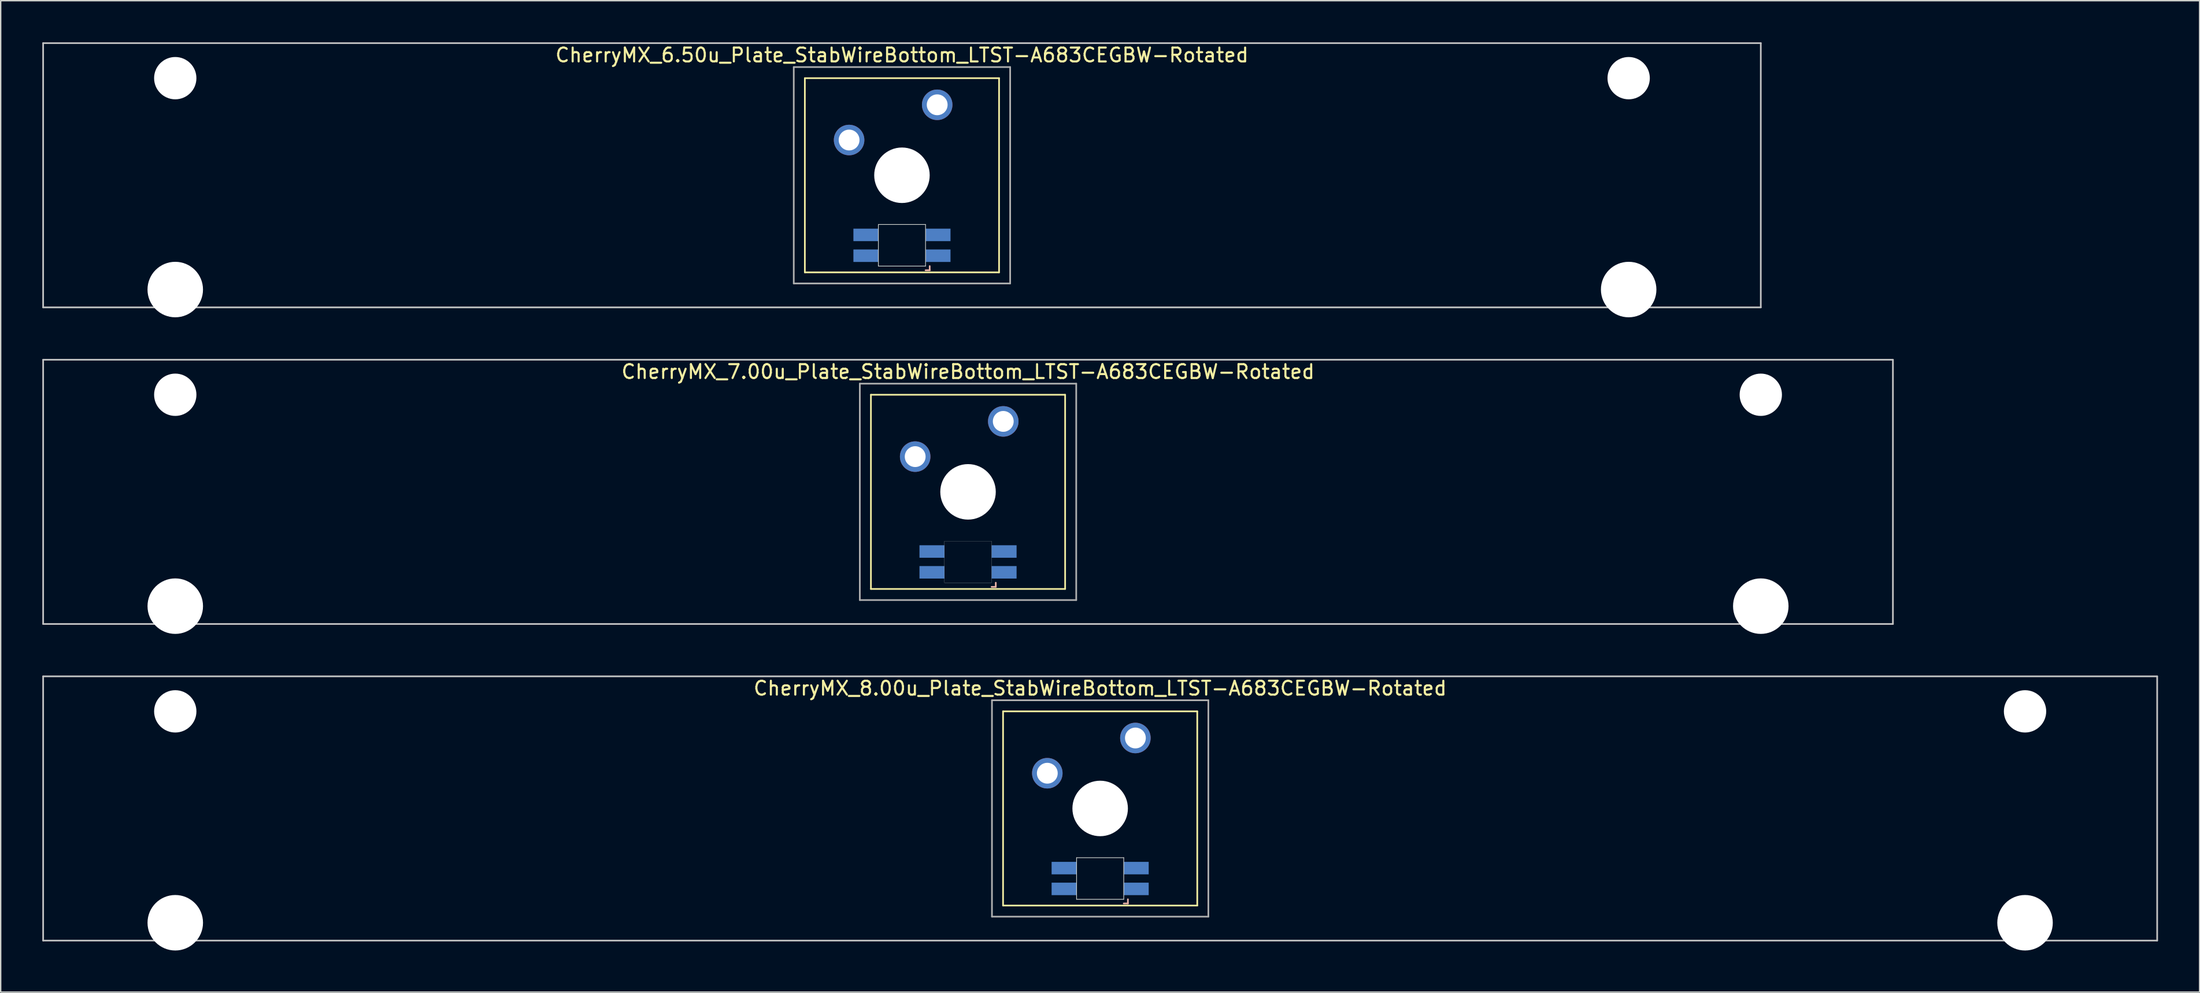
<source format=kicad_pcb>
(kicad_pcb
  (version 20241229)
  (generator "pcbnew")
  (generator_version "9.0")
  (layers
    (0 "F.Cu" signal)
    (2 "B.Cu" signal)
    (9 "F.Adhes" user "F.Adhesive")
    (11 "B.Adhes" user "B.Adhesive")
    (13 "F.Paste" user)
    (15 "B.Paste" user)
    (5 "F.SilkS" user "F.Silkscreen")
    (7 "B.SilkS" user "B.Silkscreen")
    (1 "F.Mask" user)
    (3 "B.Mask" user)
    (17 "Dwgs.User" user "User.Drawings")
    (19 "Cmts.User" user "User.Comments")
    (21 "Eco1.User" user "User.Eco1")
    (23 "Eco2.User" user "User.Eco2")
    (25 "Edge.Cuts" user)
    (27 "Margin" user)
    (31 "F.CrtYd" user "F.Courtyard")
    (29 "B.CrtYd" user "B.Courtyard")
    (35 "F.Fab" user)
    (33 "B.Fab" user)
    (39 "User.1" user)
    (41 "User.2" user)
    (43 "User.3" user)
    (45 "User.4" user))
  (footprint "CherryMX_6.50u_Plate_StabWireBottom_LTST-A683CEGBW-Rotated"
    (layer "F.Cu")
    (at 61.972 9.585)
    (property "Reference" "CherryMX_6.50u_Plate_StabWireBottom_LTST-A683CEGBW-Rotated" (at 0 -8.662 0) (layer "F.SilkS") (effects (font (size 1 1) (thickness 0.15))))
    (attr through_hole)
    (fp_line (start -7 -7) (end -7 7) (stroke (width 0.12) (type solid)) (layer "F.SilkS"))
    (fp_line (start -7 -7) (end 7 -7) (stroke (width 0.12) (type solid)) (layer "F.SilkS"))
    (fp_line (start 7 -7) (end 7 7) (stroke (width 0.12) (type solid)) (layer "F.SilkS"))
    (fp_line (start 7 7) (end -7 7) (stroke (width 0.12) (type solid)) (layer "F.SilkS"))
    (fp_line (start 1.7 6.85) (end 2 6.85) (stroke (width 0.12) (type solid)) (layer "B.SilkS"))
    (fp_line (start 2 6.85) (end 2 6.55) (stroke (width 0.12) (type solid)) (layer "B.SilkS"))
    (fp_line (start -61.913 -9.525) (end 61.913 -9.525) (stroke (width 0.12) (type solid)) (layer "Dwgs.User"))
    (fp_line (start -61.913 9.525) (end -61.913 -9.525) (stroke (width 0.12) (type solid)) (layer "Dwgs.User"))
    (fp_line (start 61.913 -9.525) (end 61.913 9.525) (stroke (width 0.12) (type solid)) (layer "Dwgs.User"))
    (fp_line (start 61.913 9.525) (end -61.913 9.525) (stroke (width 0.12) (type solid)) (layer "Dwgs.User"))
    (fp_line (start -1.7 3.55) (end 1.7 3.55) (stroke (width 0.05) (type solid)) (layer "Edge.Cuts"))
    (fp_line (start -1.7 6.55) (end -1.7 3.55) (stroke (width 0.05) (type solid)) (layer "Edge.Cuts"))
    (fp_line (start 1.7 3.55) (end 1.7 6.55) (stroke (width 0.05) (type solid)) (layer "Edge.Cuts"))
    (fp_line (start 1.7 6.55) (end -1.7 6.55) (stroke (width 0.05) (type solid)) (layer "Edge.Cuts"))
    (fp_line (start -7.8 -7.8) (end -7.8 7.8) (stroke (width 0.12) (type solid)) (layer "F.Fab"))
    (fp_line (start -7.8 -7.8) (end 7.8 -7.8) (stroke (width 0.12) (type solid)) (layer "F.Fab"))
    (fp_line (start -7.8 7.8) (end 7.8 7.8) (stroke (width 0.12) (type solid)) (layer "F.Fab"))
    (fp_line (start 7.8 -7.8) (end 7.8 7.8) (stroke (width 0.12) (type solid)) (layer "F.Fab"))
    (pad "" np_thru_hole circle (at -52.388 -7) (size 3.05 3.05) (drill 3.05) (layers "*.Cu" "*.Mask"))
    (pad "" np_thru_hole circle (at -52.388 8.24) (size 4 4) (drill 4) (layers "*.Cu" "*.Mask"))
    (pad "" np_thru_hole circle (at 0 0) (size 4 4) (drill 4) (layers "*.Cu" "*.Mask"))
    (pad "" np_thru_hole circle (at 52.388 -7) (size 3.05 3.05) (drill 3.05) (layers "*.Cu" "*.Mask"))
    (pad "" np_thru_hole circle (at 52.388 8.24) (size 4 4) (drill 4) (layers "*.Cu" "*.Mask"))
    (pad "1" thru_hole circle (at -3.81 -2.54) (size 2.2 2.2) (drill 1.5) (layers "*.Cu" "*.Mask"))
    (pad "2" thru_hole circle (at 2.54 -5.08) (size 2.2 2.2) (drill 1.5) (layers "*.Cu" "*.Mask"))
    (pad "3" smd rect (at 2.6 5.8) (size 1.8 0.9) (layers "B.Cu" "B.Mask" "B.Paste"))
    (pad "4" smd rect (at 2.6 4.3) (size 1.8 0.9) (layers "B.Cu" "B.Mask" "B.Paste"))
    (pad "5" smd rect (at -2.6 5.8) (size 1.8 0.9) (layers "B.Cu" "B.Mask" "B.Paste"))
    (pad "6" smd rect (at -2.6 4.3) (size 1.8 0.9) (layers "B.Cu" "B.Mask" "B.Paste")))
  (footprint "CherryMX_8.00u_Plate_StabWireBottom_LTST-A683CEGBW-Rotated"
    (layer "F.Cu")
    (at 76.26 55.235)
    (property "Reference" "CherryMX_8.00u_Plate_StabWireBottom_LTST-A683CEGBW-Rotated" (at 0 -8.662 0) (layer "F.SilkS") (effects (font (size 1 1) (thickness 0.15))))
    (attr through_hole)
    (fp_line (start -7 -7) (end -7 7) (stroke (width 0.12) (type solid)) (layer "F.SilkS"))
    (fp_line (start -7 -7) (end 7 -7) (stroke (width 0.12) (type solid)) (layer "F.SilkS"))
    (fp_line (start 7 -7) (end 7 7) (stroke (width 0.12) (type solid)) (layer "F.SilkS"))
    (fp_line (start 7 7) (end -7 7) (stroke (width 0.12) (type solid)) (layer "F.SilkS"))
    (fp_line (start 1.7 6.85) (end 2 6.85) (stroke (width 0.12) (type solid)) (layer "B.SilkS"))
    (fp_line (start 2 6.85) (end 2 6.55) (stroke (width 0.12) (type solid)) (layer "B.SilkS"))
    (fp_line (start -76.2 -9.525) (end 76.2 -9.525) (stroke (width 0.12) (type solid)) (layer "Dwgs.User"))
    (fp_line (start -76.2 9.525) (end -76.2 -9.525) (stroke (width 0.12) (type solid)) (layer "Dwgs.User"))
    (fp_line (start 76.2 -9.525) (end 76.2 9.525) (stroke (width 0.12) (type solid)) (layer "Dwgs.User"))
    (fp_line (start 76.2 9.525) (end -76.2 9.525) (stroke (width 0.12) (type solid)) (layer "Dwgs.User"))
    (fp_line (start -1.7 3.55) (end 1.7 3.55) (stroke (width 0.05) (type solid)) (layer "Edge.Cuts"))
    (fp_line (start -1.7 6.55) (end -1.7 3.55) (stroke (width 0.05) (type solid)) (layer "Edge.Cuts"))
    (fp_line (start 1.7 3.55) (end 1.7 6.55) (stroke (width 0.05) (type solid)) (layer "Edge.Cuts"))
    (fp_line (start 1.7 6.55) (end -1.7 6.55) (stroke (width 0.05) (type solid)) (layer "Edge.Cuts"))
    (fp_line (start -7.8 -7.8) (end -7.8 7.8) (stroke (width 0.12) (type solid)) (layer "F.Fab"))
    (fp_line (start -7.8 -7.8) (end 7.8 -7.8) (stroke (width 0.12) (type solid)) (layer "F.Fab"))
    (fp_line (start -7.8 7.8) (end 7.8 7.8) (stroke (width 0.12) (type solid)) (layer "F.Fab"))
    (fp_line (start 7.8 -7.8) (end 7.8 7.8) (stroke (width 0.12) (type solid)) (layer "F.Fab"))
    (pad "" np_thru_hole circle (at -66.675 -7) (size 3.05 3.05) (drill 3.05) (layers "*.Cu" "*.Mask"))
    (pad "" np_thru_hole circle (at -66.675 8.24) (size 4 4) (drill 4) (layers "*.Cu" "*.Mask"))
    (pad "" np_thru_hole circle (at 0 0) (size 4 4) (drill 4) (layers "*.Cu" "*.Mask"))
    (pad "" np_thru_hole circle (at 66.675 -7) (size 3.05 3.05) (drill 3.05) (layers "*.Cu" "*.Mask"))
    (pad "" np_thru_hole circle (at 66.675 8.24) (size 4 4) (drill 4) (layers "*.Cu" "*.Mask"))
    (pad "1" thru_hole circle (at -3.81 -2.54) (size 2.2 2.2) (drill 1.5) (layers "*.Cu" "*.Mask"))
    (pad "2" thru_hole circle (at 2.54 -5.08) (size 2.2 2.2) (drill 1.5) (layers "*.Cu" "*.Mask"))
    (pad "3" smd rect (at 2.6 5.8) (size 1.8 0.9) (layers "B.Cu" "B.Mask" "B.Paste"))
    (pad "4" smd rect (at 2.6 4.3) (size 1.8 0.9) (layers "B.Cu" "B.Mask" "B.Paste"))
    (pad "5" smd rect (at -2.6 5.8) (size 1.8 0.9) (layers "B.Cu" "B.Mask" "B.Paste"))
    (pad "6" smd rect (at -2.6 4.3) (size 1.8 0.9) (layers "B.Cu" "B.Mask" "B.Paste")))
  (footprint "CherryMX_7.00u_Plate_StabWireBottom_LTST-A683CEGBW-Rotated"
    (layer "F.Cu")
    (at 66.735 32.41)
    (property "Reference" "CherryMX_7.00u_Plate_StabWireBottom_LTST-A683CEGBW-Rotated" (at 0 -8.662 0) (layer "F.SilkS") (effects (font (size 1 1) (thickness 0.15))))
    (attr through_hole)
    (fp_line (start -7 -7) (end -7 7) (stroke (width 0.12) (type solid)) (layer "F.SilkS"))
    (fp_line (start -7 -7) (end 7 -7) (stroke (width 0.12) (type solid)) (layer "F.SilkS"))
    (fp_line (start 7 -7) (end 7 7) (stroke (width 0.12) (type solid)) (layer "F.SilkS"))
    (fp_line (start 7 7) (end -7 7) (stroke (width 0.12) (type solid)) (layer "F.SilkS"))
    (fp_line (start 1.7 6.85) (end 2 6.85) (stroke (width 0.12) (type solid)) (layer "B.SilkS"))
    (fp_line (start 2 6.85) (end 2 6.55) (stroke (width 0.12) (type solid)) (layer "B.SilkS"))
    (fp_line (start -66.675 -9.525) (end 66.675 -9.525) (stroke (width 0.12) (type solid)) (layer "Dwgs.User"))
    (fp_line (start -66.675 9.525) (end -66.675 -9.525) (stroke (width 0.12) (type solid)) (layer "Dwgs.User"))
    (fp_line (start 66.675 -9.525) (end 66.675 9.525) (stroke (width 0.12) (type solid)) (layer "Dwgs.User"))
    (fp_line (start 66.675 9.525) (end -66.675 9.525) (stroke (width 0.12) (type solid)) (layer "Dwgs.User"))
    (fp_poly (pts (xy -1.7 3.55) (xy 1.7 3.55) (xy 1.7 6.55) (xy -1.7 6.55)) (stroke (width 0.01) (type solid)) (fill no) (layer "Edge.Cuts"))
    (fp_line (start -7.8 -7.8) (end -7.8 7.8) (stroke (width 0.12) (type solid)) (layer "F.Fab"))
    (fp_line (start -7.8 -7.8) (end 7.8 -7.8) (stroke (width 0.12) (type solid)) (layer "F.Fab"))
    (fp_line (start -7.8 7.8) (end 7.8 7.8) (stroke (width 0.12) (type solid)) (layer "F.Fab"))
    (fp_line (start 7.8 -7.8) (end 7.8 7.8) (stroke (width 0.12) (type solid)) (layer "F.Fab"))
    (pad "" np_thru_hole circle (at -57.15 -7) (size 3.05 3.05) (drill 3.05) (layers "*.Cu" "*.Mask"))
    (pad "" np_thru_hole circle (at -57.15 8.24) (size 4 4) (drill 4) (layers "*.Cu" "*.Mask"))
    (pad "" np_thru_hole circle (at 0 0) (size 4 4) (drill 4) (layers "*.Cu" "*.Mask"))
    (pad "" np_thru_hole circle (at 57.15 -7) (size 3.05 3.05) (drill 3.05) (layers "*.Cu" "*.Mask"))
    (pad "" np_thru_hole circle (at 57.15 8.24) (size 4 4) (drill 4) (layers "*.Cu" "*.Mask"))
    (pad "1" thru_hole circle (at -3.81 -2.54) (size 2.2 2.2) (drill 1.5) (layers "*.Cu" "*.Mask"))
    (pad "2" thru_hole circle (at 2.54 -5.08) (size 2.2 2.2) (drill 1.5) (layers "*.Cu" "*.Mask"))
    (pad "3" smd rect (at 2.6 5.8 180) (size 1.8 0.9) (layers "B.Cu" "B.Mask" "B.Paste"))
    (pad "4" smd rect (at 2.6 4.3 180) (size 1.8 0.9) (layers "B.Cu" "B.Mask" "B.Paste"))
    (pad "5" smd rect (at -2.6 5.8 180) (size 1.8 0.9) (layers "B.Cu" "B.Mask" "B.Paste"))
    (pad "6" smd rect (at -2.6 4.3 180) (size 1.8 0.9) (layers "B.Cu" "B.Mask" "B.Paste")))
  (gr_rect
    (start -3 -3)
    (end 155.52 68.475)
    (stroke (width 0.1) (type default))
    (fill no)
    (layer "Edge.Cuts")))
</source>
